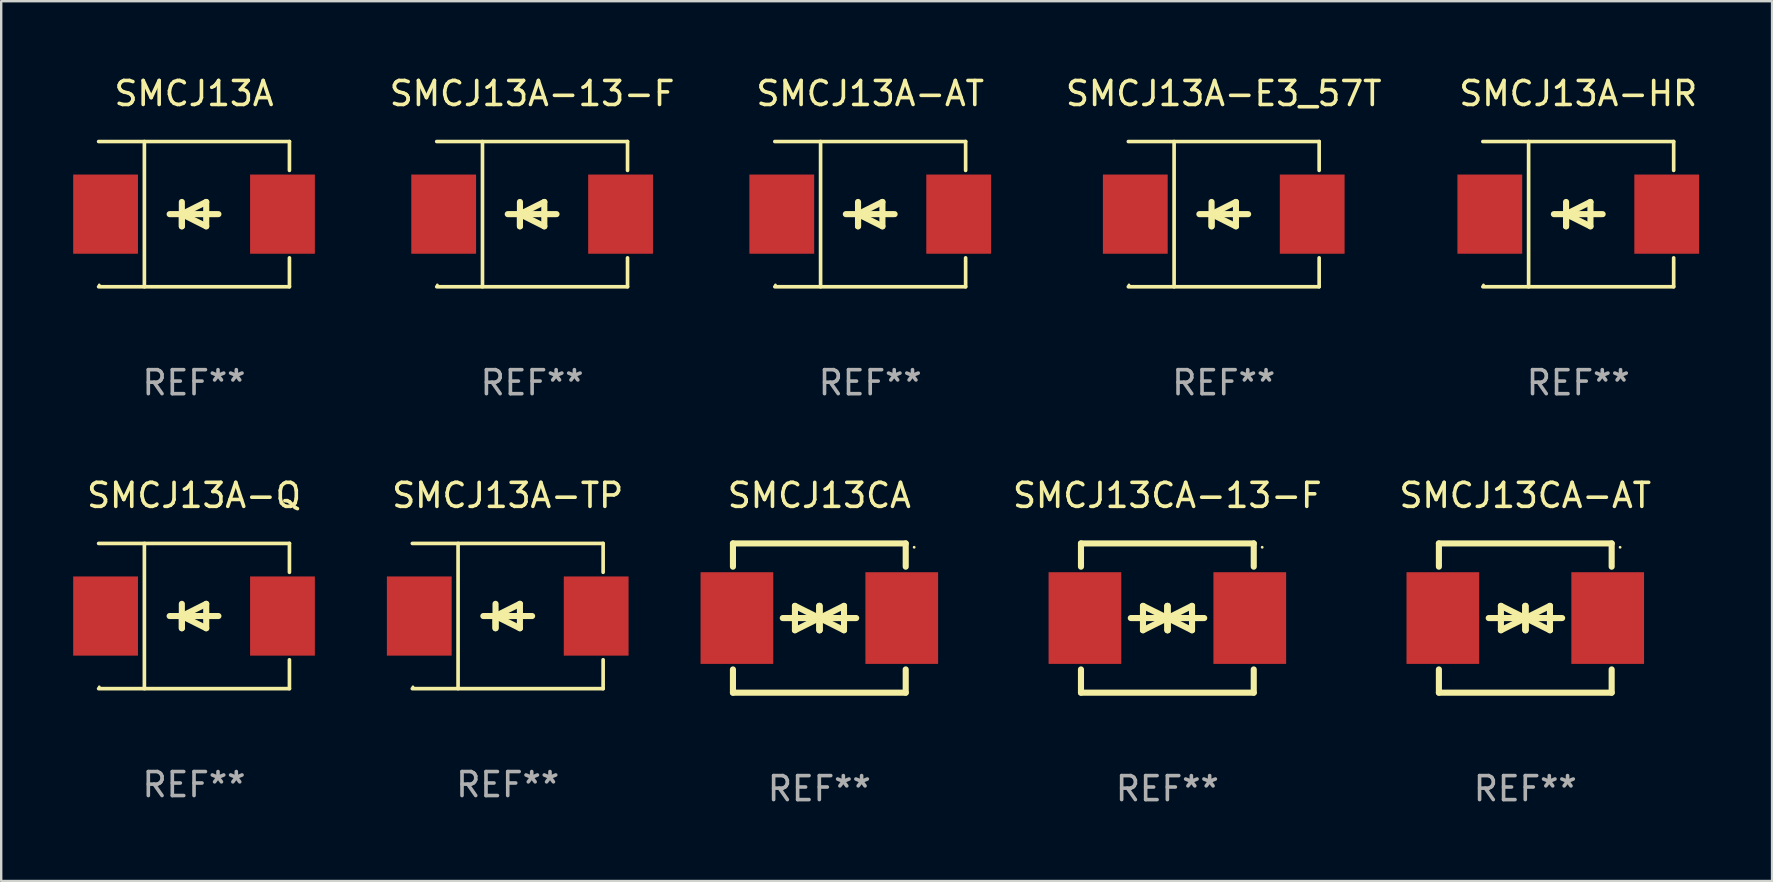
<source format=kicad_pcb>
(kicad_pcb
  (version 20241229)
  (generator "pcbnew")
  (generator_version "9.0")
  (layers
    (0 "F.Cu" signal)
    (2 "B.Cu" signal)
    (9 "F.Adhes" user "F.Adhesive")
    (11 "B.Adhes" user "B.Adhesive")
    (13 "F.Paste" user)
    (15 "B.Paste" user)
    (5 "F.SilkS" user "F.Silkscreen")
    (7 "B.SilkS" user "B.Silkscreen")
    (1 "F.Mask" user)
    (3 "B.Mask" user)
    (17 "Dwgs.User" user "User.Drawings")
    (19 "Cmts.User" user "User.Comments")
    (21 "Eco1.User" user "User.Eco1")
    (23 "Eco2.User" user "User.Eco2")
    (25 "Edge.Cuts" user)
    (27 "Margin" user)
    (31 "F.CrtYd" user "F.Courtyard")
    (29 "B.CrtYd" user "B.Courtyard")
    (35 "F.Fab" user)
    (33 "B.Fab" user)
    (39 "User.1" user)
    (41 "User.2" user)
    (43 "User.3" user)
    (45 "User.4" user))
  (footprint "SMCJ13A-Q"
    (layer "F.Cu")
    (at 5.036 22.623)
    (property "Reference" "SMCJ13A-Q" (at 0 -5.026 0) (layer "F.SilkS") (effects (font (size 1 1) (thickness 0.15))))
    (attr through_hole)
    (fp_line (start -3.976 -3.026) (end 3.976 -3.026) (stroke (width 0.152) (type solid)) (layer "F.SilkS"))
    (fp_line (start -3.976 3.026) (end 3.976 3.026) (stroke (width 0.152) (type solid)) (layer "F.SilkS"))
    (fp_line (start -2.069 -3.026) (end -2.069 3.026) (stroke (width 0.152) (type solid)) (layer "F.SilkS"))
    (fp_line (start -0.508 0) (end -0.508 0.508) (stroke (width 0.254) (type solid)) (layer "F.SilkS"))
    (fp_line (start -0.508 0) (end 0.508 0.508) (stroke (width 0.254) (type solid)) (layer "F.SilkS"))
    (fp_line (start -0.508 0.508) (end -0.508 -0.508) (stroke (width 0.254) (type solid)) (layer "F.SilkS"))
    (fp_line (start 0.508 -0.508) (end -0.508 0) (stroke (width 0.254) (type solid)) (layer "F.SilkS"))
    (fp_line (start 0.508 0.508) (end 0.508 -0.508) (stroke (width 0.254) (type solid)) (layer "F.SilkS"))
    (fp_line (start 1.016 0) (end -1.016 0) (stroke (width 0.254) (type solid)) (layer "F.SilkS"))
    (fp_line (start 3.976 -3.026) (end 3.976 -1.823) (stroke (width 0.152) (type solid)) (layer "F.SilkS"))
    (fp_line (start 3.976 3.026) (end 3.976 1.823) (stroke (width 0.152) (type solid)) (layer "F.SilkS"))
    (fp_circle (center -3.95 2.95) (end -3.92 2.95) (stroke (width 0.06) (type solid)) (fill no) (layer "F.SilkS"))
    (fp_text user "REF**" (at 0 7.026 0) (layer "F.Fab") (effects (font (size 1 1) (thickness 0.15))))
    (pad "1" smd rect (at -3.686 0) (size 2.7 3.3) (layers "F.Cu" "F.Mask" "F.Paste"))
    (pad "2" smd rect (at 3.686 0) (size 2.7 3.3) (layers "F.Cu" "F.Mask" "F.Paste")))
  (footprint "SMCJ13A-TP"
    (layer "F.Cu")
    (at 18.109 22.623)
    (property "Reference" "SMCJ13A-TP" (at 0 -5.026 0) (layer "F.SilkS") (effects (font (size 1 1) (thickness 0.15))))
    (attr through_hole)
    (fp_line (start -3.976 -3.026) (end 3.976 -3.026) (stroke (width 0.152) (type solid)) (layer "F.SilkS"))
    (fp_line (start -3.976 3.026) (end 3.976 3.026) (stroke (width 0.152) (type solid)) (layer "F.SilkS"))
    (fp_line (start -2.069 -3.026) (end -2.069 3.026) (stroke (width 0.152) (type solid)) (layer "F.SilkS"))
    (fp_line (start -0.508 0) (end -0.508 0.508) (stroke (width 0.254) (type solid)) (layer "F.SilkS"))
    (fp_line (start -0.508 0) (end 0.508 0.508) (stroke (width 0.254) (type solid)) (layer "F.SilkS"))
    (fp_line (start -0.508 0.508) (end -0.508 -0.508) (stroke (width 0.254) (type solid)) (layer "F.SilkS"))
    (fp_line (start 0.508 -0.508) (end -0.508 0) (stroke (width 0.254) (type solid)) (layer "F.SilkS"))
    (fp_line (start 0.508 0.508) (end 0.508 -0.508) (stroke (width 0.254) (type solid)) (layer "F.SilkS"))
    (fp_line (start 1.016 0) (end -1.016 0) (stroke (width 0.254) (type solid)) (layer "F.SilkS"))
    (fp_line (start 3.976 -3.026) (end 3.976 -1.823) (stroke (width 0.152) (type solid)) (layer "F.SilkS"))
    (fp_line (start 3.976 3.026) (end 3.976 1.823) (stroke (width 0.152) (type solid)) (layer "F.SilkS"))
    (fp_circle (center -3.95 2.95) (end -3.92 2.95) (stroke (width 0.06) (type solid)) (fill no) (layer "F.SilkS"))
    (fp_text user "REF**" (at 0 7.026 0) (layer "F.Fab") (effects (font (size 1 1) (thickness 0.15))))
    (pad "1" smd rect (at -3.686 0) (size 2.7 3.3) (layers "F.Cu" "F.Mask" "F.Paste"))
    (pad "2" smd rect (at 3.686 0) (size 2.7 3.3) (layers "F.Cu" "F.Mask" "F.Paste")))
  (footprint "SMCJ13A-E3_57T"
    (layer "F.Cu")
    (at 47.949 5.874)
    (property "Reference" "SMCJ13A-E3_57T" (at 0 -5.026 0) (layer "F.SilkS") (effects (font (size 1 1) (thickness 0.15))))
    (attr through_hole)
    (fp_line (start -3.976 -3.026) (end 3.976 -3.026) (stroke (width 0.152) (type solid)) (layer "F.SilkS"))
    (fp_line (start -3.976 3.026) (end 3.976 3.026) (stroke (width 0.152) (type solid)) (layer "F.SilkS"))
    (fp_line (start -2.069 -3.026) (end -2.069 3.026) (stroke (width 0.152) (type solid)) (layer "F.SilkS"))
    (fp_line (start -0.508 0) (end -0.508 0.508) (stroke (width 0.254) (type solid)) (layer "F.SilkS"))
    (fp_line (start -0.508 0) (end 0.508 0.508) (stroke (width 0.254) (type solid)) (layer "F.SilkS"))
    (fp_line (start -0.508 0.508) (end -0.508 -0.508) (stroke (width 0.254) (type solid)) (layer "F.SilkS"))
    (fp_line (start 0.508 -0.508) (end -0.508 0) (stroke (width 0.254) (type solid)) (layer "F.SilkS"))
    (fp_line (start 0.508 0.508) (end 0.508 -0.508) (stroke (width 0.254) (type solid)) (layer "F.SilkS"))
    (fp_line (start 1.016 0) (end -1.016 0) (stroke (width 0.254) (type solid)) (layer "F.SilkS"))
    (fp_line (start 3.976 -3.026) (end 3.976 -1.823) (stroke (width 0.152) (type solid)) (layer "F.SilkS"))
    (fp_line (start 3.976 3.026) (end 3.976 1.823) (stroke (width 0.152) (type solid)) (layer "F.SilkS"))
    (fp_circle (center -3.95 2.95) (end -3.92 2.95) (stroke (width 0.06) (type solid)) (fill no) (layer "F.SilkS"))
    (fp_text user "REF**" (at 0 7.026 0) (layer "F.Fab") (effects (font (size 1 1) (thickness 0.15))))
    (pad "1" smd rect (at -3.686 0) (size 2.7 3.3) (layers "F.Cu" "F.Mask" "F.Paste"))
    (pad "2" smd rect (at 3.686 0) (size 2.7 3.3) (layers "F.Cu" "F.Mask" "F.Paste")))
  (footprint "SMCJ13A-AT"
    (layer "F.Cu")
    (at 33.216 5.874)
    (property "Reference" "SMCJ13A-AT" (at 0 -5.026 0) (layer "F.SilkS") (effects (font (size 1 1) (thickness 0.15))))
    (attr through_hole)
    (fp_line (start -3.976 -3.026) (end 3.976 -3.026) (stroke (width 0.152) (type solid)) (layer "F.SilkS"))
    (fp_line (start -3.976 3.026) (end 3.976 3.026) (stroke (width 0.152) (type solid)) (layer "F.SilkS"))
    (fp_line (start -2.069 -3.026) (end -2.069 3.026) (stroke (width 0.152) (type solid)) (layer "F.SilkS"))
    (fp_line (start -0.508 0) (end -0.508 0.508) (stroke (width 0.254) (type solid)) (layer "F.SilkS"))
    (fp_line (start -0.508 0) (end 0.508 0.508) (stroke (width 0.254) (type solid)) (layer "F.SilkS"))
    (fp_line (start -0.508 0.508) (end -0.508 -0.508) (stroke (width 0.254) (type solid)) (layer "F.SilkS"))
    (fp_line (start 0.508 -0.508) (end -0.508 0) (stroke (width 0.254) (type solid)) (layer "F.SilkS"))
    (fp_line (start 0.508 0.508) (end 0.508 -0.508) (stroke (width 0.254) (type solid)) (layer "F.SilkS"))
    (fp_line (start 1.016 0) (end -1.016 0) (stroke (width 0.254) (type solid)) (layer "F.SilkS"))
    (fp_line (start 3.976 -3.026) (end 3.976 -1.823) (stroke (width 0.152) (type solid)) (layer "F.SilkS"))
    (fp_line (start 3.976 3.026) (end 3.976 1.823) (stroke (width 0.152) (type solid)) (layer "F.SilkS"))
    (fp_circle (center -3.95 2.95) (end -3.92 2.95) (stroke (width 0.06) (type solid)) (fill no) (layer "F.SilkS"))
    (fp_text user "REF**" (at 0 7.026 0) (layer "F.Fab") (effects (font (size 1 1) (thickness 0.15))))
    (pad "1" smd rect (at -3.686 0) (size 2.7 3.3) (layers "F.Cu" "F.Mask" "F.Paste"))
    (pad "2" smd rect (at 3.686 0) (size 2.7 3.3) (layers "F.Cu" "F.Mask" "F.Paste")))
  (footprint "SMCJ13A-HR"
    (layer "F.Cu")
    (at 62.723 5.874)
    (property "Reference" "SMCJ13A-HR" (at 0 -5.026 0) (layer "F.SilkS") (effects (font (size 1 1) (thickness 0.15))))
    (attr through_hole)
    (fp_line (start -3.976 -3.026) (end 3.976 -3.026) (stroke (width 0.152) (type solid)) (layer "F.SilkS"))
    (fp_line (start -3.976 3.026) (end 3.976 3.026) (stroke (width 0.152) (type solid)) (layer "F.SilkS"))
    (fp_line (start -2.069 -3.026) (end -2.069 3.026) (stroke (width 0.152) (type solid)) (layer "F.SilkS"))
    (fp_line (start -0.508 0) (end -0.508 0.508) (stroke (width 0.254) (type solid)) (layer "F.SilkS"))
    (fp_line (start -0.508 0) (end 0.508 0.508) (stroke (width 0.254) (type solid)) (layer "F.SilkS"))
    (fp_line (start -0.508 0.508) (end -0.508 -0.508) (stroke (width 0.254) (type solid)) (layer "F.SilkS"))
    (fp_line (start 0.508 -0.508) (end -0.508 0) (stroke (width 0.254) (type solid)) (layer "F.SilkS"))
    (fp_line (start 0.508 0.508) (end 0.508 -0.508) (stroke (width 0.254) (type solid)) (layer "F.SilkS"))
    (fp_line (start 1.016 0) (end -1.016 0) (stroke (width 0.254) (type solid)) (layer "F.SilkS"))
    (fp_line (start 3.976 -3.026) (end 3.976 -1.823) (stroke (width 0.152) (type solid)) (layer "F.SilkS"))
    (fp_line (start 3.976 3.026) (end 3.976 1.823) (stroke (width 0.152) (type solid)) (layer "F.SilkS"))
    (fp_circle (center -3.95 2.95) (end -3.92 2.95) (stroke (width 0.06) (type solid)) (fill no) (layer "F.SilkS"))
    (fp_text user "REF**" (at 0 7.026 0) (layer "F.Fab") (effects (font (size 1 1) (thickness 0.15))))
    (pad "1" smd rect (at -3.686 0) (size 2.7 3.3) (layers "F.Cu" "F.Mask" "F.Paste"))
    (pad "2" smd rect (at 3.686 0) (size 2.7 3.3) (layers "F.Cu" "F.Mask" "F.Paste")))
  (footprint "SMCJ13A"
    (layer "F.Cu")
    (at 5.036 5.874)
    (property "Reference" "SMCJ13A" (at 0 -5.026 0) (layer "F.SilkS") (effects (font (size 1 1) (thickness 0.15))))
    (attr through_hole)
    (fp_line (start -3.976 -3.026) (end 3.976 -3.026) (stroke (width 0.152) (type solid)) (layer "F.SilkS"))
    (fp_line (start -3.976 3.026) (end 3.976 3.026) (stroke (width 0.152) (type solid)) (layer "F.SilkS"))
    (fp_line (start -2.069 -3.026) (end -2.069 3.026) (stroke (width 0.152) (type solid)) (layer "F.SilkS"))
    (fp_line (start -0.508 0) (end -0.508 0.508) (stroke (width 0.254) (type solid)) (layer "F.SilkS"))
    (fp_line (start -0.508 0) (end 0.508 0.508) (stroke (width 0.254) (type solid)) (layer "F.SilkS"))
    (fp_line (start -0.508 0.508) (end -0.508 -0.508) (stroke (width 0.254) (type solid)) (layer "F.SilkS"))
    (fp_line (start 0.508 -0.508) (end -0.508 0) (stroke (width 0.254) (type solid)) (layer "F.SilkS"))
    (fp_line (start 0.508 0.508) (end 0.508 -0.508) (stroke (width 0.254) (type solid)) (layer "F.SilkS"))
    (fp_line (start 1.016 0) (end -1.016 0) (stroke (width 0.254) (type solid)) (layer "F.SilkS"))
    (fp_line (start 3.976 -3.026) (end 3.976 -1.823) (stroke (width 0.152) (type solid)) (layer "F.SilkS"))
    (fp_line (start 3.976 3.026) (end 3.976 1.823) (stroke (width 0.152) (type solid)) (layer "F.SilkS"))
    (fp_circle (center -3.95 2.95) (end -3.92 2.95) (stroke (width 0.06) (type solid)) (fill no) (layer "F.SilkS"))
    (fp_text user "REF**" (at 0 7.026 0) (layer "F.Fab") (effects (font (size 1 1) (thickness 0.15))))
    (pad "1" smd rect (at -3.686 0) (size 2.7 3.3) (layers "F.Cu" "F.Mask" "F.Paste"))
    (pad "2" smd rect (at 3.686 0) (size 2.7 3.3) (layers "F.Cu" "F.Mask" "F.Paste")))
  (footprint "SMCJ13CA"
    (layer "F.Cu")
    (at 31.095 22.707)
    (property "Reference" "SMCJ13CA" (at 0 -5.11 0) (layer "F.SilkS") (effects (font (size 1 1) (thickness 0.15))))
    (attr through_hole)
    (fp_line (start -3.6 -2.141) (end -3.6 -3.11) (stroke (width 0.254) (type solid)) (layer "F.SilkS"))
    (fp_line (start -3.6 3.11) (end -3.6 2.141) (stroke (width 0.254) (type solid)) (layer "F.SilkS"))
    (fp_line (start -1.524 0) (end 0.508 0) (stroke (width 0.254) (type solid)) (layer "F.SilkS"))
    (fp_line (start -1.016 -0.508) (end -1.016 0.508) (stroke (width 0.254) (type solid)) (layer "F.SilkS"))
    (fp_line (start -1.016 0.508) (end 0 0) (stroke (width 0.254) (type solid)) (layer "F.SilkS"))
    (fp_line (start 0 -0.508) (end 0 0.508) (stroke (width 0.254) (type solid)) (layer "F.SilkS"))
    (fp_line (start 0 0) (end -1.016 -0.508) (stroke (width 0.254) (type solid)) (layer "F.SilkS"))
    (fp_line (start 0 0) (end 0 -0.508) (stroke (width 0.254) (type solid)) (layer "F.SilkS"))
    (fp_line (start 0.012 0) (end 0.012 0.508) (stroke (width 0.254) (type solid)) (layer "F.SilkS"))
    (fp_line (start 0.012 0) (end 1.028 0.508) (stroke (width 0.254) (type solid)) (layer "F.SilkS"))
    (fp_line (start 0.012 0.508) (end 0.012 -0.508) (stroke (width 0.254) (type solid)) (layer "F.SilkS"))
    (fp_line (start 1.028 -0.508) (end 0.012 0) (stroke (width 0.254) (type solid)) (layer "F.SilkS"))
    (fp_line (start 1.028 0.508) (end 1.028 -0.508) (stroke (width 0.254) (type solid)) (layer "F.SilkS"))
    (fp_line (start 1.536 0) (end -0.496 0) (stroke (width 0.254) (type solid)) (layer "F.SilkS"))
    (fp_line (start 3.6 -3.11) (end -3.6 -3.11) (stroke (width 0.254) (type solid)) (layer "F.SilkS"))
    (fp_line (start 3.6 -2.141) (end 3.6 -3.11) (stroke (width 0.254) (type solid)) (layer "F.SilkS"))
    (fp_line (start 3.6 3.11) (end -3.6 3.11) (stroke (width 0.254) (type solid)) (layer "F.SilkS"))
    (fp_line (start 3.6 3.11) (end 3.6 2.141) (stroke (width 0.254) (type solid)) (layer "F.SilkS"))
    (fp_circle (center 3.952 -2.95) (end 3.982 -2.95) (stroke (width 0.06) (type solid)) (fill no) (layer "F.SilkS"))
    (fp_text user "REF**" (at 0 7.11 0) (layer "F.Fab") (effects (font (size 1 1) (thickness 0.15))))
    (pad "1" smd rect (at 3.435 0) (size 3.03 3.82) (layers "F.Cu" "F.Mask" "F.Paste"))
    (pad "2" smd rect (at -3.435 0) (size 3.03 3.82) (layers "F.Cu" "F.Mask" "F.Paste")))
  (footprint "SMCJ13CA-AT"
    (layer "F.Cu")
    (at 60.515 22.707)
    (property "Reference" "SMCJ13CA-AT" (at 0 -5.11 0) (layer "F.SilkS") (effects (font (size 1 1) (thickness 0.15))))
    (attr through_hole)
    (fp_line (start -3.6 -2.141) (end -3.6 -3.11) (stroke (width 0.254) (type solid)) (layer "F.SilkS"))
    (fp_line (start -3.6 3.11) (end -3.6 2.141) (stroke (width 0.254) (type solid)) (layer "F.SilkS"))
    (fp_line (start -1.524 0) (end 0.508 0) (stroke (width 0.254) (type solid)) (layer "F.SilkS"))
    (fp_line (start -1.016 -0.508) (end -1.016 0.508) (stroke (width 0.254) (type solid)) (layer "F.SilkS"))
    (fp_line (start -1.016 0.508) (end 0 0) (stroke (width 0.254) (type solid)) (layer "F.SilkS"))
    (fp_line (start 0 -0.508) (end 0 0.508) (stroke (width 0.254) (type solid)) (layer "F.SilkS"))
    (fp_line (start 0 0) (end -1.016 -0.508) (stroke (width 0.254) (type solid)) (layer "F.SilkS"))
    (fp_line (start 0 0) (end 0 -0.508) (stroke (width 0.254) (type solid)) (layer "F.SilkS"))
    (fp_line (start 0.012 0) (end 0.012 0.508) (stroke (width 0.254) (type solid)) (layer "F.SilkS"))
    (fp_line (start 0.012 0) (end 1.028 0.508) (stroke (width 0.254) (type solid)) (layer "F.SilkS"))
    (fp_line (start 0.012 0.508) (end 0.012 -0.508) (stroke (width 0.254) (type solid)) (layer "F.SilkS"))
    (fp_line (start 1.028 -0.508) (end 0.012 0) (stroke (width 0.254) (type solid)) (layer "F.SilkS"))
    (fp_line (start 1.028 0.508) (end 1.028 -0.508) (stroke (width 0.254) (type solid)) (layer "F.SilkS"))
    (fp_line (start 1.536 0) (end -0.496 0) (stroke (width 0.254) (type solid)) (layer "F.SilkS"))
    (fp_line (start 3.6 -3.11) (end -3.6 -3.11) (stroke (width 0.254) (type solid)) (layer "F.SilkS"))
    (fp_line (start 3.6 -2.141) (end 3.6 -3.11) (stroke (width 0.254) (type solid)) (layer "F.SilkS"))
    (fp_line (start 3.6 3.11) (end -3.6 3.11) (stroke (width 0.254) (type solid)) (layer "F.SilkS"))
    (fp_line (start 3.6 3.11) (end 3.6 2.141) (stroke (width 0.254) (type solid)) (layer "F.SilkS"))
    (fp_circle (center 3.952 -2.95) (end 3.982 -2.95) (stroke (width 0.06) (type solid)) (fill no) (layer "F.SilkS"))
    (fp_text user "REF**" (at 0 7.11 0) (layer "F.Fab") (effects (font (size 1 1) (thickness 0.15))))
    (pad "1" smd rect (at 3.435 0) (size 3.03 3.82) (layers "F.Cu" "F.Mask" "F.Paste"))
    (pad "2" smd rect (at -3.435 0) (size 3.03 3.82) (layers "F.Cu" "F.Mask" "F.Paste")))
  (footprint "SMCJ13A-13-F"
    (layer "F.Cu")
    (at 19.126 5.874)
    (property "Reference" "SMCJ13A-13-F" (at 0 -5.026 0) (layer "F.SilkS") (effects (font (size 1 1) (thickness 0.15))))
    (attr through_hole)
    (fp_line (start -3.976 -3.026) (end 3.976 -3.026) (stroke (width 0.152) (type solid)) (layer "F.SilkS"))
    (fp_line (start -3.976 3.026) (end 3.976 3.026) (stroke (width 0.152) (type solid)) (layer "F.SilkS"))
    (fp_line (start -2.069 -3.026) (end -2.069 3.026) (stroke (width 0.152) (type solid)) (layer "F.SilkS"))
    (fp_line (start -0.508 0) (end -0.508 0.508) (stroke (width 0.254) (type solid)) (layer "F.SilkS"))
    (fp_line (start -0.508 0) (end 0.508 0.508) (stroke (width 0.254) (type solid)) (layer "F.SilkS"))
    (fp_line (start -0.508 0.508) (end -0.508 -0.508) (stroke (width 0.254) (type solid)) (layer "F.SilkS"))
    (fp_line (start 0.508 -0.508) (end -0.508 0) (stroke (width 0.254) (type solid)) (layer "F.SilkS"))
    (fp_line (start 0.508 0.508) (end 0.508 -0.508) (stroke (width 0.254) (type solid)) (layer "F.SilkS"))
    (fp_line (start 1.016 0) (end -1.016 0) (stroke (width 0.254) (type solid)) (layer "F.SilkS"))
    (fp_line (start 3.976 -3.026) (end 3.976 -1.823) (stroke (width 0.152) (type solid)) (layer "F.SilkS"))
    (fp_line (start 3.976 3.026) (end 3.976 1.823) (stroke (width 0.152) (type solid)) (layer "F.SilkS"))
    (fp_circle (center -3.95 2.95) (end -3.92 2.95) (stroke (width 0.06) (type solid)) (fill no) (layer "F.SilkS"))
    (fp_text user "REF**" (at 0 7.026 0) (layer "F.Fab") (effects (font (size 1 1) (thickness 0.15))))
    (pad "1" smd rect (at -3.686 0) (size 2.7 3.3) (layers "F.Cu" "F.Mask" "F.Paste"))
    (pad "2" smd rect (at 3.686 0) (size 2.7 3.3) (layers "F.Cu" "F.Mask" "F.Paste")))
  (footprint "SMCJ13CA-13-F"
    (layer "F.Cu")
    (at 45.599 22.707)
    (property "Reference" "SMCJ13CA-13-F" (at 0 -5.11 0) (layer "F.SilkS") (effects (font (size 1 1) (thickness 0.15))))
    (attr through_hole)
    (fp_line (start -3.6 -2.141) (end -3.6 -3.11) (stroke (width 0.254) (type solid)) (layer "F.SilkS"))
    (fp_line (start -3.6 3.11) (end -3.6 2.141) (stroke (width 0.254) (type solid)) (layer "F.SilkS"))
    (fp_line (start -1.524 0) (end 0.508 0) (stroke (width 0.254) (type solid)) (layer "F.SilkS"))
    (fp_line (start -1.016 -0.508) (end -1.016 0.508) (stroke (width 0.254) (type solid)) (layer "F.SilkS"))
    (fp_line (start -1.016 0.508) (end 0 0) (stroke (width 0.254) (type solid)) (layer "F.SilkS"))
    (fp_line (start 0 -0.508) (end 0 0.508) (stroke (width 0.254) (type solid)) (layer "F.SilkS"))
    (fp_line (start 0 0) (end -1.016 -0.508) (stroke (width 0.254) (type solid)) (layer "F.SilkS"))
    (fp_line (start 0 0) (end 0 -0.508) (stroke (width 0.254) (type solid)) (layer "F.SilkS"))
    (fp_line (start 0.012 0) (end 0.012 0.508) (stroke (width 0.254) (type solid)) (layer "F.SilkS"))
    (fp_line (start 0.012 0) (end 1.028 0.508) (stroke (width 0.254) (type solid)) (layer "F.SilkS"))
    (fp_line (start 0.012 0.508) (end 0.012 -0.508) (stroke (width 0.254) (type solid)) (layer "F.SilkS"))
    (fp_line (start 1.028 -0.508) (end 0.012 0) (stroke (width 0.254) (type solid)) (layer "F.SilkS"))
    (fp_line (start 1.028 0.508) (end 1.028 -0.508) (stroke (width 0.254) (type solid)) (layer "F.SilkS"))
    (fp_line (start 1.536 0) (end -0.496 0) (stroke (width 0.254) (type solid)) (layer "F.SilkS"))
    (fp_line (start 3.6 -3.11) (end -3.6 -3.11) (stroke (width 0.254) (type solid)) (layer "F.SilkS"))
    (fp_line (start 3.6 -2.141) (end 3.6 -3.11) (stroke (width 0.254) (type solid)) (layer "F.SilkS"))
    (fp_line (start 3.6 3.11) (end -3.6 3.11) (stroke (width 0.254) (type solid)) (layer "F.SilkS"))
    (fp_line (start 3.6 3.11) (end 3.6 2.141) (stroke (width 0.254) (type solid)) (layer "F.SilkS"))
    (fp_circle (center 3.952 -2.95) (end 3.982 -2.95) (stroke (width 0.06) (type solid)) (fill no) (layer "F.SilkS"))
    (fp_text user "REF**" (at 0 7.11 0) (layer "F.Fab") (effects (font (size 1 1) (thickness 0.15))))
    (pad "1" smd rect (at 3.435 0) (size 3.03 3.82) (layers "F.Cu" "F.Mask" "F.Paste"))
    (pad "2" smd rect (at -3.435 0) (size 3.03 3.82) (layers "F.Cu" "F.Mask" "F.Paste")))
  (gr_rect
    (start -3 -3)
    (end 70.8 33.665)
    (stroke (width 0.1) (type default))
    (fill no)
    (layer "Edge.Cuts")))
</source>
